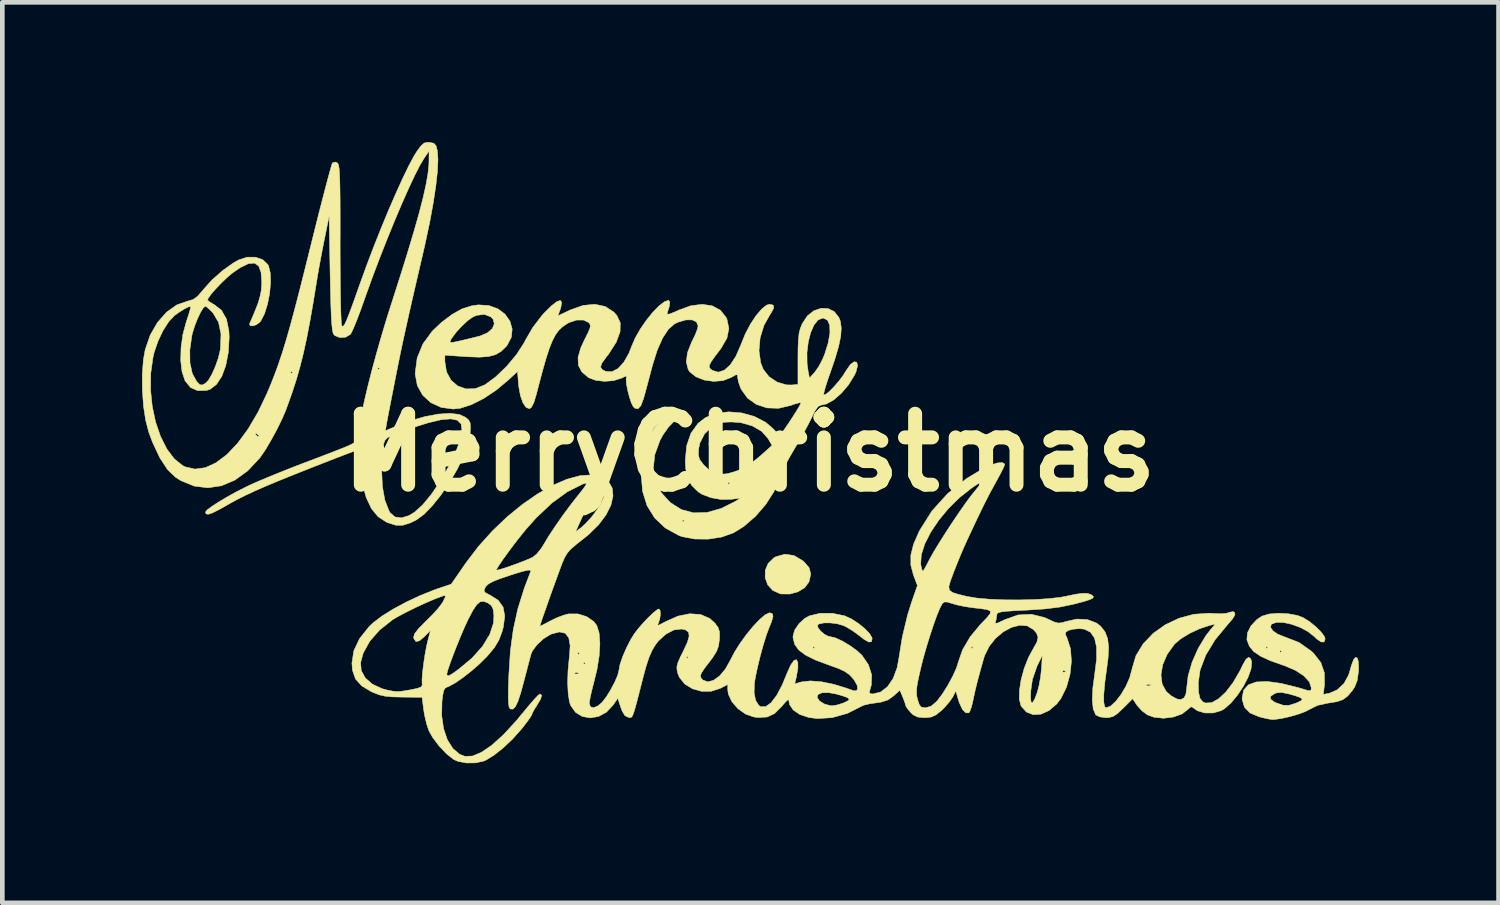
<source format=kicad_pcb>
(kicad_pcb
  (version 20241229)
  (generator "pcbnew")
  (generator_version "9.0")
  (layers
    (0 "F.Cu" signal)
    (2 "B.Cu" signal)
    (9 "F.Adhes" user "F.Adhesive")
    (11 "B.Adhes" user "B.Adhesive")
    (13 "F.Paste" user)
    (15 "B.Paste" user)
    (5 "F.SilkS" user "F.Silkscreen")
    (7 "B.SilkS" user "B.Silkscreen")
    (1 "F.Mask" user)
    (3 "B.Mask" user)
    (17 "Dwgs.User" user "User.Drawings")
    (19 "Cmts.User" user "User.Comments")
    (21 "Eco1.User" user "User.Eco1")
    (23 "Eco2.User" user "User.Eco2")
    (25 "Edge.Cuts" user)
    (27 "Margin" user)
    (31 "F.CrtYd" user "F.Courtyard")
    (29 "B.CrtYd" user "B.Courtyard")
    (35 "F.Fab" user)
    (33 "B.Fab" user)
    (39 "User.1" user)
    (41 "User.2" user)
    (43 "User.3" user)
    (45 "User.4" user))
  (footprint "MerryChristmas"
    (layer "F.Cu")
    (at 13.043 6.668)
    (property "Reference" "MerryChristmas" (at 0 0 0) (layer "F.SilkS") (effects (font (size 1.524 1.524) (thickness 0.3))))
    (attr through_hole)
    (fp_poly (pts (xy 0.956 2.21) (xy 1.146 2.323) (xy 1.169 2.343) (xy 1.28 2.471) (xy 1.315 2.605) (xy 1.279 2.77) (xy 1.276 2.777) (xy 1.188 2.898) (xy 1.043 2.988) (xy 0.865 3.037) (xy 0.68 3.035) (xy 0.658 3.031) (xy 0.498 2.959) (xy 0.39 2.838) (xy 0.336 2.688) (xy 0.338 2.528) (xy 0.4 2.379) (xy 0.522 2.26) (xy 0.565 2.236) (xy 0.762 2.181) (xy 0.956 2.21)) (stroke (width 0.01) (type solid)) (fill yes) (layer "F.SilkS"))
    (fp_poly (pts (xy 11.565 3.46) (xy 11.763 3.496) (xy 11.885 3.542) (xy 12.023 3.628) (xy 12.157 3.736) (xy 12.27 3.848) (xy 12.343 3.946) (xy 12.36 3.998) (xy 12.337 4.066) (xy 12.273 4.065) (xy 12.176 3.999) (xy 12.13 3.953) (xy 11.995 3.845) (xy 11.825 3.754) (xy 11.642 3.687) (xy 11.464 3.648) (xy 11.313 3.645) (xy 11.21 3.683) (xy 11.202 3.689) (xy 11.188 3.752) (xy 11.239 3.827) (xy 11.342 3.898) (xy 11.481 3.954) (xy 11.485 3.955) (xy 11.797 4.076) (xy 12.061 4.261) (xy 12.113 4.31) (xy 12.268 4.509) (xy 12.343 4.728) (xy 12.346 4.98) (xy 12.321 5.192) (xy 12.456 5.165) (xy 12.622 5.092) (xy 12.765 4.956) (xy 12.862 4.78) (xy 12.875 4.738) (xy 12.929 4.552) (xy 12.973 4.44) (xy 13.011 4.396) (xy 13.047 4.408) (xy 13.071 4.477) (xy 13.079 4.607) (xy 13.075 4.707) (xy 13.048 4.893) (xy 12.994 5.033) (xy 12.94 5.114) (xy 12.84 5.231) (xy 12.741 5.304) (xy 12.614 5.348) (xy 12.432 5.377) (xy 12.418 5.379) (xy 12.197 5.427) (xy 12.039 5.506) (xy 11.936 5.56) (xy 11.778 5.618) (xy 11.593 5.671) (xy 11.412 5.711) (xy 11.262 5.731) (xy 11.221 5.731) (xy 11.14 5.719) (xy 11.013 5.691) (xy 10.941 5.672) (xy 10.748 5.591) (xy 10.628 5.469) (xy 10.579 5.304) (xy 10.578 5.292) (xy 11.186 5.292) (xy 11.267 5.354) (xy 11.309 5.373) (xy 11.456 5.424) (xy 11.582 5.427) (xy 11.73 5.381) (xy 11.756 5.37) (xy 11.842 5.328) (xy 11.868 5.294) (xy 11.827 5.259) (xy 11.714 5.219) (xy 11.583 5.182) (xy 11.43 5.151) (xy 11.322 5.158) (xy 11.275 5.175) (xy 11.189 5.233) (xy 11.186 5.292) (xy 10.578 5.292) (xy 10.577 5.264) (xy 10.61 5.1) (xy 10.71 4.987) (xy 10.878 4.925) (xy 11.113 4.914) (xy 11.414 4.955) (xy 11.781 5.046) (xy 11.925 5.09) (xy 12.018 5.114) (xy 12.056 5.1) (xy 12.063 5.053) (xy 12.022 4.924) (xy 11.907 4.797) (xy 11.729 4.679) (xy 11.496 4.578) (xy 11.457 4.565) (xy 11.177 4.466) (xy 10.97 4.37) (xy 10.826 4.271) (xy 10.824 4.269) (xy 11.383 4.269) (xy 11.405 4.29) (xy 11.426 4.269) (xy 11.405 4.247) (xy 11.383 4.269) (xy 10.824 4.269) (xy 10.754 4.184) (xy 11.086 4.184) (xy 11.107 4.205) (xy 11.128 4.184) (xy 11.107 4.163) (xy 11.086 4.184) (xy 10.754 4.184) (xy 10.734 4.161) (xy 10.684 4.031) (xy 10.68 4.012) (xy 10.691 3.87) (xy 10.767 3.72) (xy 10.892 3.586) (xy 11.002 3.512) (xy 11.152 3.466) (xy 11.351 3.449) (xy 11.565 3.46)) (stroke (width 0.01) (type solid)) (fill yes) (layer "F.SilkS"))
    (fp_poly (pts (xy -6.867 -6.66) (xy -6.779 -6.642) (xy -6.732 -6.592) (xy -6.703 -6.485) (xy -6.702 -6.477) (xy -6.689 -6.297) (xy -6.7 -6.044) (xy -6.735 -5.726) (xy -6.792 -5.352) (xy -6.87 -4.929) (xy -6.969 -4.465) (xy -7.009 -4.29) (xy -7.124 -3.796) (xy -7.222 -3.372) (xy -7.305 -3.006) (xy -7.377 -2.683) (xy -7.441 -2.393) (xy -7.498 -2.122) (xy -7.552 -1.856) (xy -7.6 -1.614) (xy -7.652 -1.348) (xy -7.701 -1.101) (xy -7.742 -0.889) (xy -7.773 -0.727) (xy -7.791 -0.631) (xy -7.791 -0.627) (xy -7.819 -0.469) (xy -7.615 -0.556) (xy -7.286 -0.682) (xy -6.97 -0.773) (xy -6.681 -0.827) (xy -6.43 -0.843) (xy -6.229 -0.819) (xy -6.096 -0.757) (xy -6.031 -0.7) (xy -5.999 -0.64) (xy -5.991 -0.549) (xy -5.999 -0.407) (xy -6.043 -0.189) (xy -6.138 0.072) (xy -6.275 0.358) (xy -6.446 0.651) (xy -6.634 0.922) (xy -6.822 1.155) (xy -6.988 1.324) (xy -7.148 1.442) (xy -7.279 1.508) (xy -7.446 1.561) (xy -7.597 1.559) (xy -7.769 1.504) (xy -7.802 1.489) (xy -7.975 1.376) (xy -8.116 1.205) (xy -8.228 0.971) (xy -8.314 0.666) (xy -8.365 0.367) (xy -7.898 0.367) (xy -7.883 0.722) (xy -7.83 1.02) (xy -7.741 1.25) (xy -7.715 1.292) (xy -7.612 1.382) (xy -7.472 1.401) (xy -7.307 1.35) (xy -7.192 1.279) (xy -7.016 1.12) (xy -6.828 0.892) (xy -6.636 0.608) (xy -6.451 0.281) (xy -6.445 0.27) (xy -6.3 -0.034) (xy -6.209 -0.278) (xy -6.173 -0.467) (xy -6.189 -0.604) (xy -6.195 -0.618) (xy -6.272 -0.695) (xy -6.413 -0.724) (xy -6.62 -0.706) (xy -6.894 -0.641) (xy -7.103 -0.576) (xy -7.363 -0.489) (xy -7.554 -0.422) (xy -7.687 -0.368) (xy -7.774 -0.318) (xy -7.825 -0.266) (xy -7.851 -0.202) (xy -7.864 -0.121) (xy -7.873 -0.038) (xy -7.898 0.367) (xy -8.365 0.367) (xy -8.369 0.348) (xy -8.394 0.179) (xy -8.419 0.046) (xy -8.438 -0.031) (xy -8.446 -0.042) (xy -8.492 -0.028) (xy -8.601 0.011) (xy -8.755 0.07) (xy -8.917 0.132) (xy -9.382 0.314) (xy -9.776 0.47) (xy -10.108 0.604) (xy -10.385 0.72) (xy -10.618 0.822) (xy -10.813 0.913) (xy -10.981 0.996) (xy -11.13 1.077) (xy -11.181 1.106) (xy -11.386 1.222) (xy -11.529 1.293) (xy -11.62 1.324) (xy -11.668 1.316) (xy -11.681 1.277) (xy -11.645 1.231) (xy -11.547 1.157) (xy -11.401 1.062) (xy -11.221 0.955) (xy -11.021 0.844) (xy -10.814 0.739) (xy -10.746 0.706) (xy -10.569 0.626) (xy -10.334 0.527) (xy -10.066 0.418) (xy -9.788 0.308) (xy -9.599 0.235) (xy -9.262 0.108) (xy -8.996 0.006) (xy -8.792 -0.074) (xy -8.642 -0.135) (xy -8.536 -0.184) (xy -8.468 -0.222) (xy -8.427 -0.255) (xy -8.406 -0.287) (xy -8.396 -0.321) (xy -8.393 -0.336) (xy -8.377 -0.439) (xy -8.358 -0.588) (xy -8.345 -0.701) (xy -8.318 -0.877) (xy -8.267 -1.12) (xy -8.197 -1.416) (xy -8.112 -1.752) (xy -8.097 -1.805) (xy -7.985 -1.805) (xy -7.964 -1.784) (xy -7.943 -1.805) (xy -7.964 -1.826) (xy -7.985 -1.805) (xy -8.097 -1.805) (xy -8.014 -2.113) (xy -7.908 -2.485) (xy -7.797 -2.856) (xy -7.691 -3.19) (xy -7.501 -3.783) (xy -7.339 -4.303) (xy -7.204 -4.754) (xy -7.094 -5.141) (xy -7.009 -5.471) (xy -6.947 -5.749) (xy -6.906 -5.979) (xy -6.885 -6.168) (xy -6.882 -6.264) (xy -6.881 -6.476) (xy -6.987 -6.32) (xy -7.077 -6.169) (xy -7.19 -5.948) (xy -7.321 -5.668) (xy -7.466 -5.341) (xy -7.621 -4.976) (xy -7.78 -4.586) (xy -7.94 -4.18) (xy -8.095 -3.77) (xy -8.241 -3.366) (xy -8.282 -3.249) (xy -8.362 -3.026) (xy -8.438 -2.827) (xy -8.504 -2.668) (xy -8.552 -2.565) (xy -8.57 -2.538) (xy -8.671 -2.478) (xy -8.795 -2.469) (xy -8.903 -2.512) (xy -8.925 -2.534) (xy -8.943 -2.574) (xy -8.958 -2.652) (xy -8.971 -2.776) (xy -8.981 -2.954) (xy -8.99 -3.194) (xy -8.998 -3.504) (xy -9.005 -3.84) (xy -9.026 -5.076) (xy -9.126 -4.587) (xy -9.174 -4.346) (xy -9.222 -4.091) (xy -9.264 -3.858) (xy -9.284 -3.738) (xy -9.364 -3.246) (xy -9.437 -2.825) (xy -9.507 -2.461) (xy -9.577 -2.139) (xy -9.65 -1.847) (xy -9.729 -1.571) (xy -9.818 -1.296) (xy -9.92 -1.009) (xy -9.955 -0.913) (xy -10.036 -0.724) (xy -10.145 -0.501) (xy -10.269 -0.273) (xy -10.392 -0.064) (xy -10.501 0.096) (xy -10.516 0.116) (xy -10.774 0.391) (xy -11.049 0.59) (xy -11.337 0.712) (xy -11.631 0.756) (xy -11.924 0.719) (xy -12.211 0.601) (xy -12.327 0.527) (xy -12.497 0.363) (xy -12.66 0.114) (xy -12.816 -0.217) (xy -12.898 -0.436) (xy -12.965 -0.691) (xy -13.012 -1.001) (xy -13.036 -1.339) (xy -13.038 -1.677) (xy -13.015 -1.988) (xy -12.976 -2.209) (xy -12.868 -2.522) (xy -12.713 -2.793) (xy -12.52 -3.013) (xy -12.298 -3.171) (xy -12.057 -3.255) (xy -12.046 -3.257) (xy -11.944 -3.288) (xy -11.85 -3.357) (xy -11.741 -3.482) (xy -11.721 -3.507) (xy -11.539 -3.709) (xy -11.316 -3.906) (xy -11.085 -4.071) (xy -10.971 -4.136) (xy -10.788 -4.196) (xy -10.608 -4.196) (xy -10.452 -4.143) (xy -10.343 -4.039) (xy -10.326 -4.007) (xy -10.289 -3.853) (xy -10.283 -3.648) (xy -10.304 -3.417) (xy -10.349 -3.187) (xy -10.413 -2.982) (xy -10.493 -2.828) (xy -10.516 -2.8) (xy -10.588 -2.746) (xy -10.666 -2.72) (xy -10.724 -2.726) (xy -10.734 -2.767) (xy -10.732 -2.771) (xy -10.628 -3.014) (xy -10.555 -3.2) (xy -10.51 -3.35) (xy -10.484 -3.481) (xy -10.474 -3.616) (xy -10.473 -3.662) (xy -10.488 -3.871) (xy -10.539 -4.007) (xy -10.629 -4.068) (xy -10.76 -4.057) (xy -10.934 -3.973) (xy -11.092 -3.864) (xy -11.208 -3.768) (xy -11.334 -3.648) (xy -11.456 -3.521) (xy -11.557 -3.405) (xy -11.622 -3.315) (xy -11.637 -3.277) (xy -11.602 -3.242) (xy -11.518 -3.191) (xy -11.499 -3.182) (xy -11.338 -3.057) (xy -11.23 -2.867) (xy -11.178 -2.612) (xy -11.172 -2.476) (xy -11.19 -2.153) (xy -11.245 -1.87) (xy -11.331 -1.637) (xy -11.446 -1.463) (xy -11.584 -1.358) (xy -11.655 -1.336) (xy -11.849 -1.33) (xy -12.001 -1.397) (xy -12.117 -1.54) (xy -12.124 -1.553) (xy -12.185 -1.738) (xy -12.213 -1.979) (xy -12.207 -2.204) (xy -12.017 -2.204) (xy -12.014 -1.928) (xy -11.964 -1.698) (xy -11.87 -1.528) (xy -11.862 -1.519) (xy -11.801 -1.458) (xy -11.752 -1.452) (xy -11.685 -1.485) (xy -11.617 -1.554) (xy -11.542 -1.684) (xy -11.468 -1.851) (xy -11.405 -2.032) (xy -11.364 -2.205) (xy -11.36 -2.238) (xy -11.348 -2.546) (xy -11.401 -2.798) (xy -11.518 -2.996) (xy -11.518 -2.996) (xy -11.603 -3.084) (xy -11.668 -3.137) (xy -11.684 -3.143) (xy -11.729 -3.106) (xy -11.789 -3.008) (xy -11.854 -2.871) (xy -11.915 -2.715) (xy -11.962 -2.561) (xy -11.973 -2.515) (xy -12.017 -2.204) (xy -12.207 -2.204) (xy -12.206 -2.252) (xy -12.167 -2.535) (xy -12.095 -2.803) (xy -12.045 -2.954) (xy -12.011 -3.07) (xy -11.998 -3.131) (xy -11.999 -3.136) (xy -12.046 -3.129) (xy -12.14 -3.081) (xy -12.26 -3.005) (xy -12.344 -2.944) (xy -12.468 -2.814) (xy -12.591 -2.623) (xy -12.7 -2.393) (xy -12.784 -2.148) (xy -12.807 -2.05) (xy -12.856 -1.704) (xy -12.86 -1.347) (xy -12.824 -0.994) (xy -12.752 -0.656) (xy -12.646 -0.347) (xy -12.512 -0.08) (xy -12.352 0.133) (xy -12.171 0.279) (xy -12.119 0.305) (xy -11.908 0.354) (xy -11.685 0.324) (xy -11.455 0.218) (xy -11.221 0.042) (xy -10.99 -0.202) (xy -10.835 -0.413) (xy -10.612 -0.413) (xy -10.602 -0.389) (xy -10.559 -0.343) (xy -10.534 -0.353) (xy -10.534 -0.359) (xy -10.564 -0.394) (xy -10.583 -0.408) (xy -10.612 -0.413) (xy -10.835 -0.413) (xy -10.764 -0.51) (xy -10.549 -0.876) (xy -10.36 -1.272) (xy -10.27 -1.487) (xy -10.187 -1.7) (xy -10.179 -1.72) (xy -9.854 -1.72) (xy -9.833 -1.699) (xy -9.812 -1.72) (xy -9.833 -1.741) (xy -9.854 -1.72) (xy -10.179 -1.72) (xy -10.107 -1.921) (xy -10.027 -2.161) (xy -9.945 -2.429) (xy -9.858 -2.735) (xy -9.763 -3.088) (xy -9.657 -3.497) (xy -9.537 -3.974) (xy -9.444 -4.348) (xy -9.349 -4.729) (xy -9.26 -5.086) (xy -9.177 -5.409) (xy -9.104 -5.69) (xy -9.043 -5.92) (xy -8.996 -6.091) (xy -8.966 -6.194) (xy -8.955 -6.222) (xy -8.889 -6.239) (xy -8.852 -6.222) (xy -8.835 -6.203) (xy -8.822 -6.164) (xy -8.811 -6.098) (xy -8.803 -5.996) (xy -8.797 -5.852) (xy -8.793 -5.657) (xy -8.79 -5.403) (xy -8.789 -5.084) (xy -8.789 -4.691) (xy -8.79 -4.481) (xy -8.789 -4.108) (xy -8.787 -3.76) (xy -8.784 -3.447) (xy -8.779 -3.179) (xy -8.773 -2.964) (xy -8.766 -2.813) (xy -8.759 -2.734) (xy -8.756 -2.726) (xy -8.738 -2.71) (xy -8.716 -2.72) (xy -8.687 -2.765) (xy -8.646 -2.854) (xy -8.591 -2.994) (xy -8.517 -3.194) (xy -8.421 -3.462) (xy -8.369 -3.61) (xy -8.223 -4.013) (xy -8.068 -4.421) (xy -7.908 -4.823) (xy -7.748 -5.21) (xy -7.592 -5.568) (xy -7.447 -5.888) (xy -7.316 -6.158) (xy -7.204 -6.368) (xy -7.136 -6.477) (xy -7.051 -6.591) (xy -6.985 -6.647) (xy -6.912 -6.663) (xy -6.867 -6.66)) (stroke (width 0.01) (type solid)) (fill yes) (layer "F.SilkS"))
    (fp_poly (pts (xy -1.711 -3.235) (xy -1.723 -3.136) (xy -1.767 -2.998) (xy -1.763 -2.97) (xy -1.71 -2.978) (xy -1.598 -3.023) (xy -1.523 -3.058) (xy -1.258 -3.154) (xy -1.013 -3.184) (xy -0.799 -3.151) (xy -0.625 -3.057) (xy -0.502 -2.903) (xy -0.484 -2.864) (xy -0.443 -2.665) (xy -0.484 -2.459) (xy -0.608 -2.243) (xy -0.616 -2.232) (xy -0.743 -2.065) (xy -0.823 -1.951) (xy -0.861 -1.877) (xy -0.863 -1.829) (xy -0.834 -1.792) (xy -0.794 -1.764) (xy -0.67 -1.727) (xy -0.541 -1.769) (xy -0.414 -1.883) (xy -0.294 -2.065) (xy -0.187 -2.31) (xy -0.175 -2.341) (xy -0.088 -2.554) (xy 0.02 -2.758) (xy 0.139 -2.938) (xy 0.257 -3.078) (xy 0.364 -3.165) (xy 0.43 -3.186) (xy 0.51 -3.166) (xy 0.521 -3.105) (xy 0.464 -2.998) (xy 0.446 -2.973) (xy 0.31 -2.732) (xy 0.228 -2.463) (xy 0.204 -2.189) (xy 0.239 -1.933) (xy 0.294 -1.79) (xy 0.42 -1.629) (xy 0.596 -1.512) (xy 0.796 -1.454) (xy 0.904 -1.452) (xy 1.04 -1.465) (xy 1.04 -2.018) (xy 1.041 -2.15) (xy 1.234 -2.15) (xy 1.236 -1.918) (xy 1.26 -1.74) (xy 1.288 -1.6) (xy 1.404 -1.73) (xy 1.484 -1.844) (xy 1.566 -1.998) (xy 1.611 -2.104) (xy 1.69 -2.357) (xy 1.727 -2.57) (xy 1.722 -2.735) (xy 1.675 -2.844) (xy 1.586 -2.888) (xy 1.573 -2.888) (xy 1.473 -2.849) (xy 1.385 -2.74) (xy 1.313 -2.577) (xy 1.262 -2.375) (xy 1.234 -2.15) (xy 1.041 -2.15) (xy 1.042 -2.257) (xy 1.05 -2.431) (xy 1.064 -2.559) (xy 1.089 -2.661) (xy 1.127 -2.756) (xy 1.132 -2.768) (xy 1.243 -2.936) (xy 1.383 -3.046) (xy 1.537 -3.099) (xy 1.688 -3.093) (xy 1.821 -3.027) (xy 1.92 -2.9) (xy 1.95 -2.821) (xy 1.97 -2.677) (xy 1.959 -2.501) (xy 1.914 -2.281) (xy 1.833 -2.005) (xy 1.744 -1.746) (xy 1.678 -1.558) (xy 1.628 -1.4) (xy 1.598 -1.288) (xy 1.592 -1.239) (xy 1.593 -1.239) (xy 1.636 -1.25) (xy 1.715 -1.313) (xy 1.813 -1.413) (xy 1.917 -1.533) (xy 2.011 -1.658) (xy 2.069 -1.752) (xy 2.165 -1.89) (xy 2.247 -1.951) (xy 2.303 -1.94) (xy 2.32 -1.865) (xy 2.286 -1.732) (xy 2.252 -1.659) (xy 2.126 -1.455) (xy 1.973 -1.275) (xy 1.81 -1.133) (xy 1.651 -1.044) (xy 1.537 -1.019) (xy 1.474 -0.99) (xy 1.406 -0.896) (xy 1.344 -0.77) (xy 1.276 -0.633) (xy 1.177 -0.448) (xy 1.061 -0.243) (xy 0.957 -0.068) (xy 0.845 0.125) (xy 0.746 0.31) (xy 0.672 0.464) (xy 0.634 0.565) (xy 0.525 0.837) (xy 0.351 1.111) (xy 0.13 1.367) (xy -0.122 1.585) (xy -0.344 1.723) (xy -0.596 1.813) (xy -0.885 1.858) (xy -1.179 1.855) (xy -1.447 1.804) (xy -1.517 1.779) (xy -1.808 1.619) (xy -1.971 1.465) (xy -1.444 1.465) (xy -1.423 1.487) (xy -1.402 1.465) (xy -1.423 1.444) (xy -1.444 1.465) (xy -1.971 1.465) (xy -2.036 1.404) (xy -2.2 1.139) (xy -2.297 0.829) (xy -2.325 0.479) (xy -2.282 0.093) (xy -2.278 0.071) (xy -2.232 -0.134) (xy -2.186 -0.283) (xy -2.127 -0.405) (xy -2.043 -0.529) (xy -1.966 -0.627) (xy -1.832 -0.769) (xy -1.7 -0.867) (xy -1.587 -0.908) (xy -1.54 -0.904) (xy -1.489 -0.855) (xy -1.512 -0.778) (xy -1.605 -0.68) (xy -1.635 -0.656) (xy -1.744 -0.543) (xy -1.858 -0.379) (xy -1.922 -0.262) (xy -2.034 0.045) (xy -2.065 0.339) (xy -2.017 0.614) (xy -1.89 0.865) (xy -1.699 1.074) (xy -1.463 1.223) (xy -1.2 1.293) (xy -0.913 1.285) (xy -0.608 1.199) (xy -0.319 1.054) (xy -0.191 0.977) (xy -0.391 1.003) (xy -0.607 1.007) (xy -0.828 0.968) (xy -1.021 0.895) (xy -1.098 0.845) (xy -1.159 0.786) (xy -0.127 0.786) (xy -0.106 0.807) (xy -0.085 0.786) (xy -0.106 0.765) (xy -0.127 0.786) (xy -1.159 0.786) (xy -1.24 0.706) (xy -1.267 0.658) (xy -0.637 0.658) (xy -0.616 0.68) (xy -0.595 0.658) (xy -0.467 0.658) (xy -0.446 0.68) (xy -0.425 0.658) (xy -0.446 0.637) (xy -0.467 0.658) (xy -0.595 0.658) (xy -0.616 0.637) (xy -0.637 0.658) (xy -1.267 0.658) (xy -1.328 0.546) (xy -1.332 0.531) (xy -0.042 0.531) (xy -0.021 0.552) (xy 0 0.531) (xy -0.021 0.51) (xy -0.042 0.531) (xy -1.332 0.531) (xy -1.371 0.343) (xy -1.379 0.17) (xy -1.368 0.052) (xy -1.098 0.052) (xy -1.072 0.145) (xy -0.998 0.246) (xy -0.98 0.267) (xy -0.875 0.366) (xy -0.761 0.424) (xy -0.604 0.455) (xy -0.543 0.461) (xy -0.464 0.45) (xy -0.34 0.415) (xy -0.246 0.383) (xy -0.084 0.302) (xy 0.099 0.18) (xy 0.231 0.072) (xy 0.484 -0.155) (xy 0.4 -0.299) (xy 0.261 -0.457) (xy 0.059 -0.574) (xy -0.188 -0.643) (xy -0.388 -0.658) (xy -0.567 -0.651) (xy -0.69 -0.625) (xy -0.784 -0.575) (xy -0.791 -0.571) (xy -0.966 -0.401) (xy -1.066 -0.205) (xy -1.093 -0.075) (xy -1.098 0.052) (xy -1.368 0.052) (xy -1.349 -0.15) (xy -1.257 -0.417) (xy -1.105 -0.628) (xy -0.943 -0.753) (xy -0.712 -0.843) (xy -0.445 -0.875) (xy -0.165 -0.852) (xy 0.105 -0.776) (xy 0.343 -0.653) (xy 0.493 -0.526) (xy 0.578 -0.44) (xy 0.639 -0.389) (xy 0.654 -0.382) (xy 0.686 -0.415) (xy 0.751 -0.502) (xy 0.834 -0.622) (xy 0.923 -0.758) (xy 1.006 -0.889) (xy 1.07 -0.996) (xy 1.103 -1.061) (xy 1.104 -1.068) (xy 1.069 -1.07) (xy 0.977 -1.045) (xy 0.883 -1.012) (xy 0.624 -0.951) (xy 0.374 -0.96) (xy 0.147 -1.035) (xy -0.042 -1.169) (xy -0.178 -1.359) (xy -0.195 -1.396) (xy -0.236 -1.515) (xy -0.255 -1.612) (xy -0.255 -1.619) (xy -0.26 -1.667) (xy -0.289 -1.672) (xy -0.363 -1.632) (xy -0.393 -1.614) (xy -0.568 -1.546) (xy -0.768 -1.529) (xy -0.969 -1.557) (xy -1.149 -1.627) (xy -1.282 -1.733) (xy -1.317 -1.785) (xy -1.357 -1.946) (xy -1.332 -2.146) (xy -1.243 -2.372) (xy -1.232 -2.393) (xy -1.164 -2.533) (xy -1.118 -2.653) (xy -1.104 -2.719) (xy -1.139 -2.806) (xy -1.231 -2.85) (xy -1.366 -2.849) (xy -1.527 -2.802) (xy -1.607 -2.765) (xy -1.739 -2.652) (xy -1.865 -2.461) (xy -1.981 -2.199) (xy -2.084 -1.873) (xy -2.089 -1.853) (xy -2.146 -1.637) (xy -2.202 -1.426) (xy -2.25 -1.249) (xy -2.276 -1.157) (xy -2.333 -1.006) (xy -2.396 -0.939) (xy -2.465 -0.955) (xy -2.497 -0.988) (xy -2.537 -1.066) (xy -2.579 -1.194) (xy -2.617 -1.342) (xy -2.643 -1.48) (xy -2.65 -1.579) (xy -2.646 -1.601) (xy -2.639 -1.639) (xy -2.675 -1.634) (xy -2.753 -1.597) (xy -2.918 -1.545) (xy -3.113 -1.53) (xy -3.304 -1.552) (xy -3.455 -1.609) (xy -3.459 -1.612) (xy -3.601 -1.734) (xy -3.675 -1.874) (xy -3.682 -2.043) (xy -3.623 -2.25) (xy -3.541 -2.427) (xy -3.465 -2.578) (xy -3.425 -2.674) (xy -3.418 -2.734) (xy -3.439 -2.776) (xy -3.453 -2.792) (xy -3.563 -2.846) (xy -3.711 -2.846) (xy -3.873 -2.792) (xy -3.924 -2.764) (xy -4.016 -2.7) (xy -4.096 -2.624) (xy -4.166 -2.528) (xy -4.233 -2.4) (xy -4.3 -2.232) (xy -4.371 -2.013) (xy -4.45 -1.734) (xy -4.542 -1.385) (xy -4.576 -1.254) (xy -4.63 -1.074) (xy -4.682 -0.972) (xy -4.723 -0.943) (xy -4.796 -0.969) (xy -4.863 -1.066) (xy -4.918 -1.219) (xy -4.954 -1.415) (xy -4.96 -1.474) (xy -4.981 -1.742) (xy -5.177 -1.56) (xy -5.439 -1.341) (xy -5.708 -1.162) (xy -5.971 -1.029) (xy -6.211 -0.952) (xy -6.36 -0.935) (xy -6.622 -0.971) (xy -6.845 -1.074) (xy -7.019 -1.234) (xy -7.133 -1.44) (xy -7.178 -1.685) (xy -7.178 -1.708) (xy -7.136 -2.032) (xy -7.013 -2.333) (xy -6.976 -2.384) (xy -6.43 -2.384) (xy -6.42 -2.364) (xy -6.363 -2.368) (xy -6.244 -2.393) (xy -6.19 -2.405) (xy -6.023 -2.445) (xy -5.868 -2.483) (xy -5.782 -2.505) (xy -5.626 -2.572) (xy -5.522 -2.663) (xy -5.48 -2.766) (xy -5.506 -2.865) (xy -5.554 -2.914) (xy -5.691 -2.967) (xy -5.855 -2.948) (xy -5.941 -2.912) (xy -6.048 -2.836) (xy -6.177 -2.717) (xy -6.301 -2.581) (xy -6.394 -2.455) (xy -6.41 -2.429) (xy -6.43 -2.384) (xy -6.976 -2.384) (xy -6.809 -2.611) (xy -6.618 -2.792) (xy -6.383 -2.969) (xy -6.173 -3.086) (xy -5.967 -3.151) (xy -5.822 -3.172) (xy -5.596 -3.158) (xy -5.402 -3.087) (xy -5.249 -2.972) (xy -5.144 -2.823) (xy -5.096 -2.654) (xy -5.113 -2.477) (xy -5.204 -2.304) (xy -5.227 -2.276) (xy -5.335 -2.172) (xy -5.455 -2.102) (xy -5.603 -2.063) (xy -5.798 -2.049) (xy -6.056 -2.058) (xy -6.097 -2.061) (xy -6.541 -2.091) (xy -6.541 -1.958) (xy -6.506 -1.734) (xy -6.41 -1.556) (xy -6.266 -1.431) (xy -6.087 -1.368) (xy -5.888 -1.373) (xy -5.681 -1.456) (xy -5.679 -1.457) (xy -5.448 -1.627) (xy -5.216 -1.851) (xy -5.006 -2.101) (xy -4.843 -2.351) (xy -4.811 -2.414) (xy -4.658 -2.68) (xy -4.462 -2.937) (xy -4.407 -2.999) (xy -4.25 -3.154) (xy -4.133 -3.244) (xy -4.06 -3.267) (xy -4.032 -3.223) (xy -4.052 -3.111) (xy -4.075 -3.043) (xy -4.116 -2.936) (xy -3.852 -3.061) (xy -3.575 -3.16) (xy -3.322 -3.185) (xy -3.099 -3.138) (xy -2.914 -3.018) (xy -2.85 -2.947) (xy -2.775 -2.787) (xy -2.779 -2.595) (xy -2.86 -2.373) (xy -3.019 -2.124) (xy -3.079 -2.046) (xy -3.17 -1.921) (xy -3.198 -1.838) (xy -3.163 -1.782) (xy -3.086 -1.744) (xy -2.955 -1.736) (xy -2.822 -1.805) (xy -2.697 -1.942) (xy -2.587 -2.138) (xy -2.532 -2.28) (xy -2.456 -2.457) (xy -2.348 -2.648) (xy -2.219 -2.836) (xy -2.081 -3.008) (xy -1.946 -3.147) (xy -1.826 -3.24) (xy -1.739 -3.271) (xy -1.711 -3.235)) (stroke (width 0.01) (type solid)) (fill yes) (layer "F.SilkS"))
    (fp_poly (pts (xy 5.477 0.243) (xy 5.479 0.256) (xy 5.459 0.311) (xy 5.406 0.419) (xy 5.329 0.563) (xy 5.284 0.644) (xy 5.164 0.863) (xy 5.032 1.122) (xy 4.882 1.432) (xy 4.708 1.803) (xy 4.61 2.018) (xy 4.548 2.16) (xy 4.472 2.346) (xy 4.394 2.542) (xy 4.377 2.587) (xy 4.312 2.762) (xy 4.28 2.879) (xy 4.293 2.954) (xy 4.359 3.004) (xy 4.49 3.045) (xy 4.672 3.089) (xy 4.881 3.124) (xy 5.152 3.148) (xy 5.463 3.161) (xy 5.793 3.163) (xy 6.12 3.155) (xy 6.421 3.136) (xy 6.675 3.107) (xy 6.788 3.086) (xy 7.004 3.041) (xy 7.155 3.021) (xy 7.26 3.024) (xy 7.335 3.05) (xy 7.347 3.057) (xy 7.384 3.09) (xy 7.375 3.121) (xy 7.311 3.155) (xy 7.184 3.196) (xy 6.984 3.249) (xy 6.955 3.256) (xy 6.673 3.315) (xy 6.349 3.356) (xy 5.963 3.382) (xy 5.936 3.383) (xy 5.692 3.395) (xy 5.52 3.407) (xy 5.408 3.42) (xy 5.344 3.437) (xy 5.316 3.459) (xy 5.309 3.486) (xy 5.294 3.594) (xy 5.282 3.632) (xy 5.281 3.664) (xy 5.325 3.66) (xy 5.424 3.616) (xy 5.484 3.586) (xy 5.766 3.486) (xy 6.049 3.471) (xy 6.329 3.539) (xy 6.412 3.576) (xy 6.542 3.637) (xy 6.632 3.66) (xy 6.715 3.651) (xy 6.787 3.628) (xy 7.028 3.574) (xy 7.254 3.585) (xy 7.447 3.657) (xy 7.539 3.727) (xy 7.633 3.848) (xy 7.689 3.992) (xy 7.711 4.175) (xy 7.699 4.411) (xy 7.671 4.629) (xy 7.628 4.946) (xy 7.607 5.192) (xy 7.607 5.364) (xy 7.629 5.46) (xy 7.657 5.479) (xy 7.755 5.442) (xy 7.865 5.34) (xy 7.978 5.193) (xy 8.082 5.018) (xy 8.088 5.002) (xy 8.513 5.002) (xy 8.555 5.009) (xy 8.61 5.001) (xy 8.611 4.986) (xy 8.554 4.976) (xy 8.529 4.983) (xy 8.513 5.002) (xy 8.088 5.002) (xy 8.164 4.831) (xy 8.179 4.773) (xy 8.835 4.773) (xy 8.86 4.969) (xy 8.948 5.131) (xy 9.057 5.224) (xy 9.178 5.29) (xy 9.259 5.304) (xy 9.322 5.271) (xy 9.336 5.258) (xy 9.37 5.184) (xy 9.387 5.069) (xy 9.387 5.055) (xy 9.418 4.792) (xy 9.503 4.5) (xy 9.633 4.205) (xy 9.797 3.934) (xy 9.889 3.814) (xy 10.001 3.681) (xy 9.874 3.712) (xy 9.667 3.781) (xy 9.455 3.879) (xy 9.267 3.993) (xy 9.132 4.105) (xy 9.125 4.113) (xy 8.968 4.332) (xy 8.871 4.557) (xy 8.835 4.773) (xy 8.179 4.773) (xy 8.213 4.651) (xy 8.215 4.636) (xy 8.297 4.361) (xy 8.451 4.108) (xy 8.664 3.884) (xy 8.925 3.698) (xy 9.221 3.557) (xy 9.54 3.471) (xy 9.87 3.448) (xy 9.978 3.455) (xy 10.124 3.46) (xy 10.245 3.449) (xy 10.291 3.434) (xy 10.379 3.413) (xy 10.418 3.435) (xy 10.423 3.485) (xy 10.369 3.574) (xy 10.274 3.683) (xy 9.996 4.02) (xy 9.796 4.35) (xy 9.675 4.669) (xy 9.636 4.943) (xy 9.642 5.144) (xy 9.672 5.276) (xy 9.732 5.351) (xy 9.792 5.377) (xy 9.924 5.368) (xy 10.071 5.287) (xy 10.227 5.141) (xy 10.382 4.939) (xy 10.527 4.691) (xy 10.594 4.553) (xy 10.662 4.435) (xy 10.72 4.393) (xy 10.764 4.43) (xy 10.782 4.501) (xy 10.769 4.643) (xy 10.706 4.822) (xy 10.604 5.018) (xy 10.477 5.209) (xy 10.337 5.377) (xy 10.196 5.501) (xy 10.13 5.54) (xy 9.957 5.59) (xy 9.775 5.59) (xy 9.618 5.543) (xy 9.56 5.503) (xy 9.497 5.458) (xy 9.453 5.474) (xy 9.428 5.502) (xy 9.289 5.61) (xy 9.101 5.678) (xy 8.889 5.704) (xy 8.681 5.681) (xy 8.547 5.633) (xy 8.428 5.546) (xy 8.325 5.432) (xy 8.318 5.423) (xy 8.227 5.284) (xy 8.023 5.488) (xy 7.903 5.601) (xy 7.811 5.663) (xy 7.721 5.688) (xy 7.653 5.692) (xy 7.524 5.675) (xy 7.438 5.633) (xy 7.433 5.628) (xy 7.38 5.506) (xy 7.36 5.312) (xy 7.372 5.05) (xy 7.411 4.764) (xy 7.452 4.433) (xy 7.451 4.174) (xy 7.408 3.983) (xy 7.321 3.856) (xy 7.189 3.791) (xy 7.083 3.78) (xy 6.954 3.791) (xy 6.85 3.817) (xy 6.839 3.823) (xy 6.788 3.86) (xy 6.787 3.912) (xy 6.82 3.986) (xy 6.893 4.214) (xy 6.912 4.481) (xy 6.882 4.763) (xy 6.806 5.037) (xy 6.688 5.277) (xy 6.598 5.396) (xy 6.431 5.539) (xy 6.257 5.617) (xy 6.091 5.627) (xy 5.945 5.57) (xy 5.834 5.445) (xy 5.829 5.437) (xy 5.793 5.297) (xy 5.794 5.279) (xy 6.035 5.279) (xy 6.048 5.365) (xy 6.078 5.369) (xy 6.125 5.289) (xy 6.178 5.15) (xy 6.218 4.998) (xy 6.251 4.807) (xy 6.264 4.686) (xy 6.725 4.686) (xy 6.731 4.712) (xy 6.754 4.715) (xy 6.788 4.699) (xy 6.782 4.686) (xy 6.731 4.681) (xy 6.725 4.686) (xy 6.264 4.686) (xy 6.268 4.651) (xy 6.287 4.354) (xy 6.174 4.584) (xy 6.074 4.874) (xy 6.04 5.111) (xy 6.035 5.279) (xy 5.794 5.279) (xy 5.796 5.103) (xy 5.832 4.876) (xy 5.897 4.636) (xy 5.988 4.403) (xy 6.091 4.212) (xy 6.171 4.069) (xy 6.195 3.965) (xy 6.163 3.876) (xy 6.097 3.8) (xy 5.964 3.72) (xy 5.802 3.707) (xy 5.626 3.753) (xy 5.448 3.849) (xy 5.284 3.987) (xy 5.146 4.161) (xy 5.047 4.362) (xy 5.032 4.409) (xy 4.954 4.686) (xy 4.896 4.902) (xy 4.852 5.078) (xy 4.817 5.236) (xy 4.8 5.319) (xy 4.767 5.455) (xy 4.732 5.554) (xy 4.71 5.588) (xy 4.642 5.587) (xy 4.571 5.513) (xy 4.507 5.375) (xy 4.487 5.315) (xy 4.43 5.119) (xy 4.363 5.249) (xy 4.291 5.354) (xy 4.184 5.476) (xy 4.123 5.536) (xy 4.004 5.632) (xy 3.901 5.678) (xy 3.777 5.692) (xy 3.757 5.692) (xy 3.615 5.679) (xy 3.516 5.632) (xy 3.46 5.579) (xy 3.391 5.497) (xy 3.356 5.441) (xy 3.356 5.436) (xy 3.34 5.38) (xy 3.303 5.28) (xy 3.292 5.253) (xy 3.239 5.126) (xy 3.585 5.126) (xy 3.59 5.219) (xy 3.608 5.301) (xy 3.646 5.414) (xy 3.691 5.466) (xy 3.767 5.479) (xy 3.778 5.479) (xy 3.896 5.447) (xy 4.018 5.344) (xy 4.027 5.333) (xy 4.139 5.186) (xy 4.255 5.002) (xy 4.361 4.806) (xy 4.443 4.626) (xy 4.482 4.502) (xy 4.575 4.233) (xy 4.604 4.184) (xy 4.757 4.184) (xy 4.778 4.205) (xy 4.8 4.184) (xy 4.778 4.163) (xy 4.757 4.184) (xy 4.604 4.184) (xy 4.739 3.954) (xy 4.965 3.682) (xy 4.979 3.668) (xy 5.101 3.541) (xy 5.168 3.457) (xy 5.172 3.405) (xy 5.109 3.373) (xy 4.972 3.351) (xy 4.801 3.332) (xy 4.624 3.306) (xy 4.452 3.27) (xy 4.355 3.242) (xy 4.244 3.208) (xy 4.182 3.208) (xy 4.141 3.243) (xy 4.135 3.25) (xy 4.087 3.342) (xy 4.022 3.5) (xy 3.948 3.705) (xy 3.87 3.943) (xy 3.793 4.194) (xy 3.723 4.443) (xy 3.676 4.632) (xy 3.626 4.852) (xy 3.596 5.01) (xy 3.585 5.126) (xy 3.239 5.126) (xy 3.229 5.101) (xy 3.094 5.224) (xy 2.974 5.31) (xy 2.829 5.357) (xy 2.722 5.373) (xy 2.579 5.394) (xy 2.464 5.421) (xy 2.421 5.438) (xy 2.103 5.599) (xy 1.775 5.691) (xy 1.454 5.711) (xy 1.272 5.687) (xy 1.081 5.623) (xy 0.939 5.527) (xy 0.861 5.412) (xy 0.849 5.348) (xy 0.841 5.307) (xy 0.81 5.317) (xy 0.745 5.386) (xy 0.69 5.452) (xy 0.54 5.601) (xy 0.381 5.677) (xy 0.187 5.688) (xy 0.094 5.677) (xy -0.085 5.614) (xy -0.249 5.498) (xy -0.379 5.348) (xy -0.455 5.185) (xy -0.467 5.095) (xy -0.467 4.979) (xy -0.627 5.062) (xy -0.822 5.125) (xy -1.028 5.126) (xy -1.224 5.071) (xy -1.391 4.969) (xy -1.506 4.825) (xy -1.535 4.754) (xy -1.557 4.666) (xy -1.559 4.591) (xy -1.535 4.504) (xy -1.487 4.396) (xy -1.359 4.396) (xy -1.338 4.417) (xy -1.317 4.396) (xy -1.338 4.375) (xy -1.359 4.396) (xy -1.487 4.396) (xy -1.481 4.381) (xy -1.422 4.264) (xy -1.333 4.072) (xy -1.296 3.939) (xy -1.31 3.853) (xy -1.377 3.805) (xy -1.458 3.788) (xy -1.623 3.808) (xy -1.796 3.898) (xy -1.958 4.047) (xy -2.011 4.114) (xy -2.086 4.236) (xy -2.154 4.389) (xy -2.221 4.59) (xy -2.289 4.842) (xy -2.362 5.128) (xy -2.417 5.343) (xy -2.459 5.495) (xy -2.49 5.596) (xy -2.514 5.655) (xy -2.536 5.683) (xy -2.559 5.69) (xy -2.588 5.686) (xy -2.604 5.684) (xy -2.675 5.648) (xy -2.733 5.553) (xy -2.763 5.473) (xy -2.828 5.275) (xy -2.929 5.422) (xy -3.073 5.575) (xy -3.242 5.666) (xy -3.42 5.696) (xy -3.589 5.666) (xy -3.734 5.578) (xy -3.838 5.432) (xy -3.864 5.361) (xy -3.893 5.182) (xy -3.905 4.947) (xy -3.899 4.747) (xy -3.762 4.747) (xy -3.72 4.754) (xy -3.665 4.746) (xy -3.664 4.732) (xy -3.721 4.721) (xy -3.746 4.728) (xy -3.762 4.747) (xy -3.899 4.747) (xy -3.897 4.682) (xy -3.882 4.524) (xy -3.568 4.524) (xy -3.547 4.545) (xy -3.525 4.524) (xy -3.547 4.502) (xy -3.568 4.524) (xy -3.882 4.524) (xy -3.871 4.412) (xy -3.867 4.383) (xy -3.862 4.311) (xy -3.695 4.311) (xy -3.674 4.332) (xy -3.653 4.311) (xy -3.674 4.29) (xy -3.695 4.311) (xy -3.862 4.311) (xy -3.851 4.144) (xy -3.881 3.976) (xy -3.957 3.878) (xy -4.08 3.851) (xy -4.25 3.895) (xy -4.28 3.908) (xy -4.425 3.998) (xy -4.561 4.124) (xy -4.661 4.257) (xy -4.689 4.322) (xy -4.708 4.39) (xy -4.743 4.522) (xy -4.789 4.699) (xy -4.842 4.901) (xy -4.843 4.906) (xy -4.913 5.163) (xy -4.973 5.344) (xy -5.027 5.456) (xy -5.079 5.507) (xy -5.132 5.505) (xy -5.141 5.499) (xy -5.162 5.465) (xy -5.174 5.386) (xy -5.179 5.252) (xy -5.177 5.052) (xy -5.168 4.783) (xy -5.135 4.263) (xy -5.072 3.798) (xy -4.975 3.357) (xy -4.837 2.914) (xy -4.697 2.547) (xy -4.703 2.524) (xy -4.757 2.525) (xy -4.868 2.55) (xy -5.045 2.603) (xy -5.143 2.635) (xy -5.363 2.709) (xy -5.514 2.77) (xy -5.609 2.823) (xy -5.662 2.875) (xy -5.671 2.889) (xy -5.699 2.957) (xy -5.681 3.001) (xy -5.602 3.046) (xy -5.57 3.06) (xy -5.395 3.171) (xy -5.291 3.317) (xy -5.255 3.506) (xy -5.285 3.742) (xy -5.314 3.849) (xy -5.382 4.027) (xy -5.476 4.185) (xy -5.616 4.354) (xy -5.637 4.377) (xy -5.793 4.533) (xy -5.972 4.689) (xy -6.155 4.832) (xy -6.321 4.947) (xy -6.454 5.019) (xy -6.484 5.03) (xy -6.535 5.057) (xy -6.568 5.115) (xy -6.589 5.223) (xy -6.603 5.343) (xy -6.609 5.648) (xy -6.569 5.926) (xy -6.488 6.165) (xy -6.37 6.353) (xy -6.222 6.478) (xy -6.11 6.521) (xy -5.948 6.515) (xy -5.754 6.434) (xy -5.531 6.281) (xy -5.284 6.058) (xy -5.016 5.768) (xy -4.864 5.585) (xy -4.736 5.43) (xy -4.625 5.302) (xy -4.543 5.215) (xy -4.5 5.182) (xy -4.5 5.182) (xy -4.462 5.211) (xy -4.487 5.297) (xy -4.566 5.428) (xy -4.631 5.531) (xy -4.668 5.606) (xy -4.672 5.622) (xy -4.698 5.671) (xy -4.765 5.767) (xy -4.862 5.893) (xy -4.907 5.948) (xy -5.092 6.155) (xy -5.291 6.343) (xy -5.486 6.497) (xy -5.657 6.602) (xy -5.705 6.623) (xy -5.882 6.662) (xy -6.08 6.664) (xy -6.262 6.629) (xy -6.35 6.59) (xy -6.506 6.468) (xy -6.667 6.297) (xy -6.806 6.111) (xy -6.884 5.971) (xy -6.932 5.829) (xy -6.975 5.649) (xy -6.996 5.524) (xy -7.03 5.254) (xy -7.454 5.25) (xy -7.666 5.245) (xy -7.82 5.231) (xy -7.944 5.203) (xy -8.066 5.157) (xy -8.122 5.132) (xy -8.328 5.008) (xy -8.46 4.86) (xy -8.525 4.674) (xy -8.537 4.521) (xy -8.535 4.508) (xy -8.35 4.508) (xy -8.336 4.682) (xy -8.248 4.841) (xy -8.095 4.973) (xy -7.889 5.069) (xy -7.773 5.1) (xy -7.66 5.122) (xy -7.579 5.131) (xy -7.497 5.128) (xy -7.385 5.111) (xy -7.28 5.093) (xy -7.134 5.063) (xy -7.055 5.034) (xy -7.028 4.997) (xy -7.029 4.971) (xy -7.032 4.877) (xy -7.023 4.759) (xy -6.499 4.759) (xy -6.488 4.792) (xy -6.449 4.788) (xy -6.368 4.74) (xy -6.247 4.653) (xy -5.957 4.411) (xy -5.733 4.16) (xy -5.578 3.906) (xy -5.497 3.659) (xy -5.488 3.494) (xy -5.505 3.362) (xy -5.544 3.283) (xy -5.617 3.229) (xy -5.706 3.194) (xy -5.783 3.203) (xy -5.857 3.265) (xy -5.94 3.389) (xy -6.042 3.583) (xy -6.047 3.594) (xy -6.119 3.749) (xy -6.2 3.938) (xy -6.283 4.141) (xy -6.361 4.342) (xy -6.428 4.523) (xy -6.476 4.664) (xy -6.498 4.75) (xy -6.499 4.759) (xy -7.023 4.759) (xy -7.021 4.725) (xy -6.998 4.537) (xy -6.968 4.337) (xy -6.933 4.151) (xy -6.908 4.042) (xy -6.85 3.818) (xy -6.978 3.949) (xy -7.088 4.041) (xy -7.163 4.057) (xy -7.206 3.996) (xy -7.212 3.964) (xy -7.192 3.892) (xy -7.111 3.785) (xy -6.966 3.637) (xy -6.939 3.612) (xy -6.802 3.475) (xy -6.681 3.34) (xy -6.598 3.23) (xy -6.58 3.2) (xy -6.535 3.106) (xy -6.531 3.071) (xy -6.571 3.075) (xy -6.598 3.084) (xy -6.75 3.14) (xy -6.949 3.225) (xy -7.168 3.326) (xy -7.38 3.431) (xy -7.561 3.527) (xy -7.663 3.588) (xy -7.94 3.807) (xy -8.153 4.049) (xy -8.294 4.304) (xy -8.35 4.508) (xy -8.535 4.508) (xy -8.496 4.256) (xy -8.373 3.994) (xy -8.173 3.743) (xy -8.078 3.652) (xy -7.895 3.512) (xy -7.652 3.361) (xy -7.37 3.209) (xy -7.071 3.069) (xy -6.777 2.951) (xy -6.696 2.922) (xy -6.405 2.825) (xy -6.195 2.522) (xy -5.437 2.522) (xy -5.401 2.52) (xy -5.305 2.493) (xy -5.171 2.449) (xy -5.016 2.394) (xy -4.861 2.335) (xy -4.727 2.28) (xy -4.652 2.246) (xy -4.568 2.176) (xy -4.473 2.06) (xy -4.416 1.968) (xy -4.313 1.795) (xy -4.248 1.698) (xy -3.733 1.698) (xy -3.614 1.61) (xy -3.521 1.526) (xy -3.41 1.405) (xy -3.34 1.319) (xy -3.205 1.123) (xy -3.134 0.968) (xy -3.122 0.842) (xy -3.163 0.739) (xy -3.234 0.631) (xy -3.384 0.942) (xy -3.472 1.126) (xy -3.56 1.316) (xy -3.631 1.47) (xy -3.633 1.475) (xy -3.733 1.698) (xy -4.248 1.698) (xy -4.17 1.58) (xy -4.005 1.343) (xy -3.831 1.109) (xy -3.694 0.934) (xy -3.581 0.792) (xy -3.519 0.706) (xy -3.504 0.665) (xy -3.532 0.66) (xy -3.585 0.678) (xy -3.911 0.841) (xy -4.245 1.084) (xy -4.584 1.405) (xy -4.808 1.657) (xy -4.926 1.803) (xy -5.054 1.967) (xy -5.178 2.134) (xy -5.289 2.287) (xy -5.376 2.414) (xy -5.427 2.498) (xy -5.437 2.522) (xy -6.195 2.522) (xy -6.091 2.371) (xy -5.821 2.016) (xy -5.524 1.686) (xy -5.209 1.384) (xy -4.883 1.117) (xy -4.555 0.889) (xy -4.233 0.706) (xy -3.925 0.573) (xy -3.639 0.495) (xy -3.384 0.478) (xy -3.173 0.525) (xy -3.027 0.623) (xy -2.947 0.763) (xy -2.931 0.934) (xy -2.976 1.128) (xy -3.08 1.337) (xy -3.24 1.55) (xy -3.454 1.76) (xy -3.547 1.835) (xy -3.714 1.966) (xy -3.829 2.065) (xy -3.907 2.15) (xy -3.964 2.242) (xy -4.015 2.357) (xy -4.048 2.443) (xy -4.098 2.58) (xy -4.162 2.755) (xy -4.234 2.953) (xy -4.307 3.158) (xy -4.375 3.353) (xy -4.435 3.522) (xy -4.478 3.649) (xy -4.501 3.719) (xy -4.502 3.726) (xy -4.469 3.714) (xy -4.381 3.67) (xy -4.279 3.615) (xy -4.123 3.54) (xy -3.965 3.483) (xy -3.883 3.463) (xy -3.683 3.464) (xy -3.495 3.522) (xy -3.344 3.627) (xy -3.28 3.711) (xy -3.229 3.872) (xy -3.212 4.096) (xy -3.228 4.365) (xy -3.276 4.664) (xy -3.33 4.885) (xy -3.377 5.069) (xy -3.415 5.23) (xy -3.437 5.347) (xy -3.44 5.384) (xy -3.414 5.46) (xy -3.344 5.477) (xy -3.248 5.435) (xy -3.167 5.364) (xy -3.075 5.246) (xy -2.98 5.092) (xy -2.894 4.929) (xy -2.83 4.78) (xy -2.803 4.673) (xy -2.802 4.666) (xy -2.781 4.55) (xy -2.726 4.387) (xy -2.647 4.204) (xy -2.557 4.025) (xy -2.477 3.895) (xy -2.391 3.782) (xy -2.282 3.656) (xy -2.165 3.534) (xy -2.058 3.433) (xy -1.977 3.369) (xy -1.946 3.356) (xy -1.919 3.391) (xy -1.913 3.476) (xy -1.928 3.579) (xy -1.955 3.656) (xy -1.973 3.699) (xy -1.952 3.705) (xy -1.879 3.67) (xy -1.809 3.632) (xy -1.537 3.511) (xy -1.281 3.46) (xy -1.05 3.476) (xy -0.855 3.56) (xy -0.742 3.662) (xy -0.674 3.756) (xy -0.644 3.848) (xy -0.643 3.974) (xy -0.647 4.021) (xy -0.666 4.156) (xy -0.708 4.27) (xy -0.787 4.396) (xy -0.864 4.498) (xy -0.974 4.642) (xy -1.036 4.739) (xy -1.054 4.802) (xy -1.035 4.85) (xy -0.999 4.884) (xy -0.894 4.922) (xy -0.771 4.889) (xy -0.642 4.795) (xy -0.518 4.648) (xy -0.413 4.46) (xy -0.32 4.281) (xy -0.199 4.09) (xy -0.062 3.901) (xy 0.081 3.727) (xy 0.217 3.584) (xy 0.335 3.483) (xy 0.423 3.441) (xy 0.431 3.44) (xy 0.49 3.457) (xy 0.505 3.516) (xy 0.475 3.627) (xy 0.425 3.748) (xy 0.364 3.911) (xy 0.296 4.129) (xy 0.228 4.377) (xy 0.168 4.626) (xy 0.122 4.849) (xy 0.105 4.961) (xy 0.099 5.159) (xy 0.132 5.321) (xy 0.199 5.428) (xy 0.243 5.456) (xy 0.349 5.453) (xy 0.463 5.371) (xy 0.55 5.257) (xy 1.452 5.257) (xy 1.504 5.334) (xy 1.61 5.399) (xy 1.738 5.434) (xy 1.775 5.436) (xy 1.877 5.42) (xy 2.006 5.38) (xy 2.03 5.37) (xy 2.116 5.328) (xy 2.141 5.293) (xy 2.1 5.259) (xy 1.985 5.219) (xy 1.86 5.183) (xy 1.69 5.153) (xy 1.556 5.157) (xy 1.471 5.195) (xy 1.452 5.257) (xy 0.55 5.257) (xy 0.582 5.216) (xy 0.701 4.992) (xy 0.804 4.742) (xy 0.884 4.562) (xy 0.954 4.464) (xy 1.007 4.445) (xy 1.038 4.502) (xy 1.039 4.632) (xy 1.004 4.829) (xy 0.971 4.964) (xy 1.123 4.922) (xy 1.306 4.902) (xy 1.543 4.92) (xy 1.812 4.975) (xy 2.093 5.062) (xy 2.136 5.078) (xy 2.24 5.114) (xy 2.293 5.114) (xy 2.32 5.078) (xy 2.322 5.074) (xy 2.312 4.998) (xy 2.251 4.889) (xy 2.221 4.85) (xy 2.142 4.766) (xy 2.045 4.698) (xy 1.909 4.635) (xy 1.717 4.566) (xy 1.424 4.457) (xy 1.208 4.351) (xy 1.06 4.241) (xy 1.018 4.184) (xy 1.359 4.184) (xy 1.38 4.205) (xy 1.402 4.184) (xy 1.38 4.163) (xy 1.359 4.184) (xy 1.018 4.184) (xy 0.972 4.121) (xy 0.936 3.985) (xy 0.934 3.94) (xy 0.97 3.81) (xy 1.062 3.674) (xy 1.189 3.558) (xy 1.286 3.505) (xy 1.515 3.45) (xy 1.776 3.45) (xy 2.034 3.502) (xy 2.05 3.507) (xy 2.192 3.573) (xy 2.34 3.669) (xy 2.475 3.779) (xy 2.579 3.887) (xy 2.631 3.977) (xy 2.633 3.996) (xy 2.617 4.062) (xy 2.562 4.067) (xy 2.463 4.012) (xy 2.353 3.927) (xy 2.218 3.828) (xy 2.081 3.744) (xy 2.021 3.715) (xy 1.888 3.676) (xy 1.738 3.657) (xy 1.598 3.657) (xy 1.495 3.678) (xy 1.461 3.702) (xy 1.47 3.758) (xy 1.528 3.833) (xy 1.612 3.903) (xy 1.697 3.946) (xy 1.725 3.95) (xy 1.839 3.976) (xy 1.991 4.045) (xy 2.156 4.143) (xy 2.31 4.255) (xy 2.413 4.35) (xy 2.553 4.553) (xy 2.623 4.771) (xy 2.616 4.988) (xy 2.598 5.053) (xy 2.573 5.142) (xy 2.59 5.176) (xy 2.646 5.182) (xy 2.815 5.141) (xy 2.963 5.027) (xy 3.084 4.849) (xy 3.17 4.618) (xy 3.207 4.417) (xy 3.281 3.956) (xy 3.394 3.486) (xy 3.484 3.2) (xy 3.605 2.854) (xy 3.52 2.629) (xy 3.464 2.416) (xy 3.464 2.392) (xy 3.676 2.392) (xy 3.681 2.426) (xy 3.703 2.513) (xy 3.721 2.548) (xy 3.746 2.514) (xy 3.798 2.422) (xy 3.866 2.292) (xy 3.87 2.283) (xy 3.948 2.143) (xy 4.063 1.954) (xy 4.202 1.733) (xy 4.354 1.501) (xy 4.506 1.276) (xy 4.645 1.077) (xy 4.759 0.923) (xy 4.801 0.871) (xy 4.91 0.737) (xy 4.962 0.663) (xy 4.954 0.645) (xy 4.886 0.682) (xy 4.765 0.764) (xy 4.507 0.968) (xy 4.27 1.202) (xy 4.062 1.454) (xy 3.89 1.711) (xy 3.763 1.962) (xy 3.689 2.193) (xy 3.676 2.392) (xy 3.464 2.392) (xy 3.464 2.202) (xy 3.522 1.967) (xy 3.641 1.695) (xy 3.656 1.667) (xy 3.918 1.252) (xy 4.252 0.882) (xy 4.658 0.559) (xy 5.018 0.341) (xy 5.181 0.266) (xy 5.323 0.222) (xy 5.427 0.214) (xy 5.477 0.243)) (stroke (width 0.01) (type solid)) (fill yes) (layer "F.SilkS")))
  (gr_rect
    (start -3 -3)
    (end 29.126 16.336)
    (stroke (width 0.1) (type default))
    (fill no)
    (layer "Edge.Cuts")))
</source>
